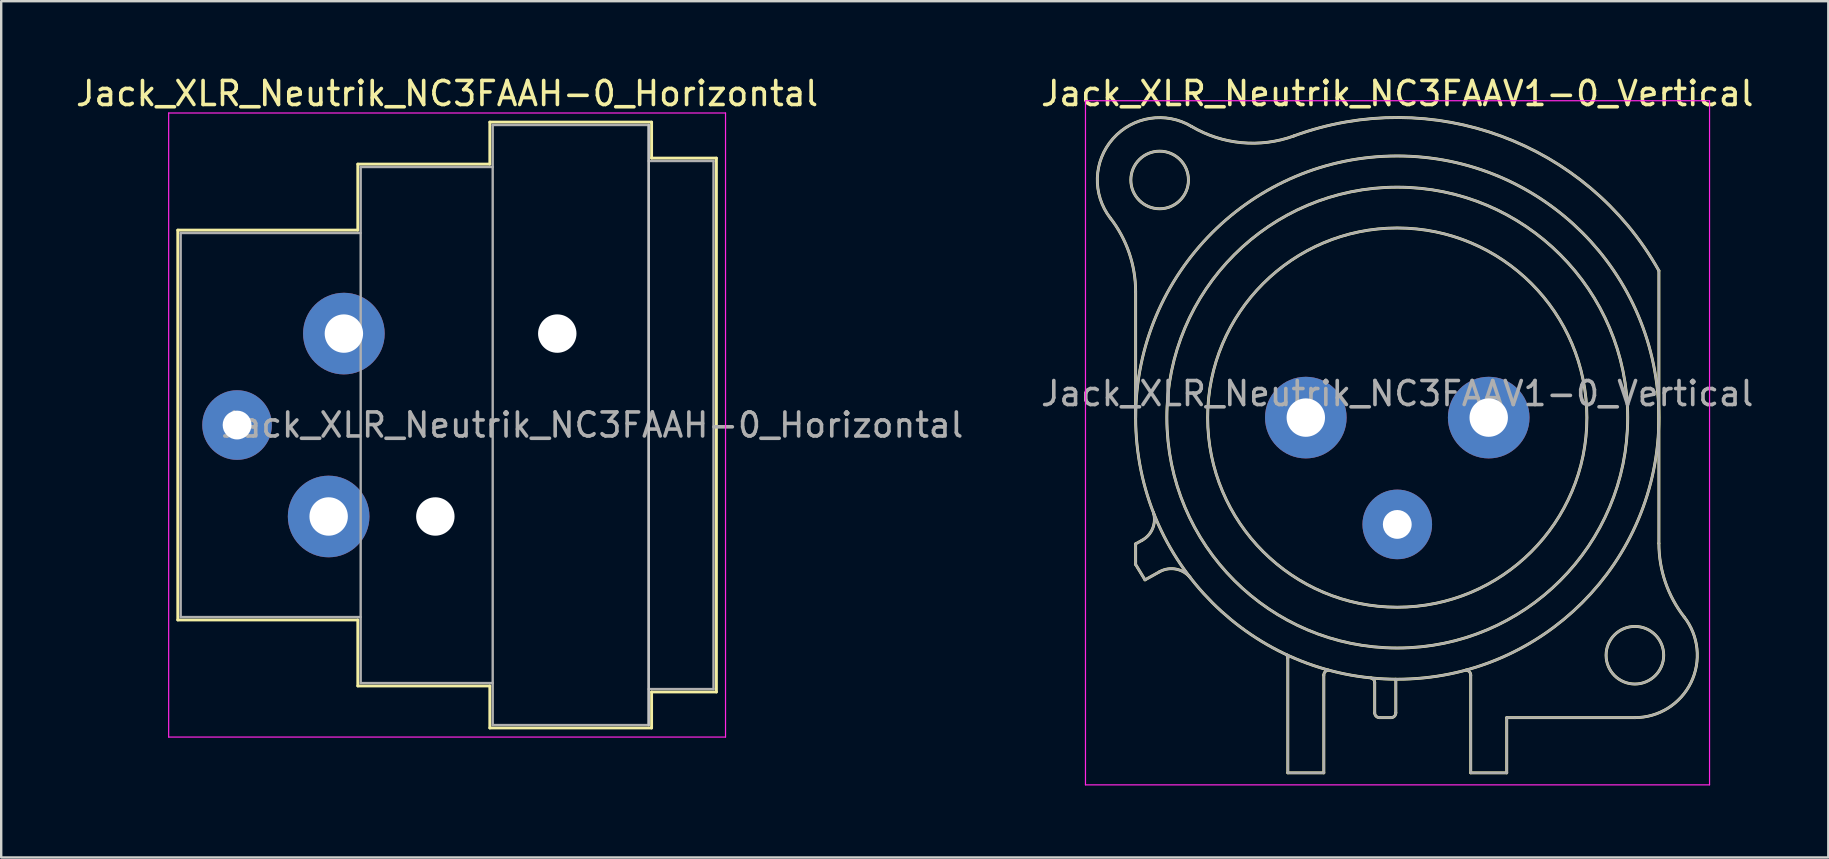
<source format=kicad_pcb>
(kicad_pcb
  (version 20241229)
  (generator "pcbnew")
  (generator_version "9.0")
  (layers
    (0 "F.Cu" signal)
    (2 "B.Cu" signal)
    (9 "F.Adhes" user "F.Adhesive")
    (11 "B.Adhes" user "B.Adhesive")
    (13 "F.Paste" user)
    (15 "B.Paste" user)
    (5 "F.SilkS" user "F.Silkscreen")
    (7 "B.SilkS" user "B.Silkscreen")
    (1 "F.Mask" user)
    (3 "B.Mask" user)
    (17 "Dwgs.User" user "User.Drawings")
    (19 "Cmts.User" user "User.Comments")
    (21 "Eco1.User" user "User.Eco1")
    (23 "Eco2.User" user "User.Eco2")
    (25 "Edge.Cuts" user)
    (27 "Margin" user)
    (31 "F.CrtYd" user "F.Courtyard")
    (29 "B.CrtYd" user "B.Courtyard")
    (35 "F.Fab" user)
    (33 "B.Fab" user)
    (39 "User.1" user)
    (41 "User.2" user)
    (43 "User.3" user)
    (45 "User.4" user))
  (footprint "Jack_XLR_Neutrik_NC3FAAV1-0_Vertical"
    (layer "F.Cu")
    (at 58.973 14.348)
    (property "Reference" "Jack_XLR_Neutrik_NC3FAAV1-0_Vertical" (at -3.81 -13.5 0) (layer "F.SilkS") (effects (font (size 1 1) (thickness 0.15))))
    (attr through_hole)
    (fp_line (start -14.71 0) (end -14.71 -5.24) (stroke (width 0.12) (type solid)) (layer "F.SilkS"))
    (fp_line (start -14.71 5.26) (end -14.44 5.11) (stroke (width 0.12) (type solid)) (layer "F.SilkS"))
    (fp_line (start -14.71 6.12) (end -14.71 5.26) (stroke (width 0.12) (type solid)) (layer "F.SilkS"))
    (fp_line (start -14.32 6.76) (end -14.71 6.12) (stroke (width 0.12) (type solid)) (layer "F.SilkS"))
    (fp_line (start -13.71 6.42) (end -14.32 6.76) (stroke (width 0.12) (type solid)) (layer "F.SilkS"))
    (fp_line (start -8.37 10.03) (end -8.37 14.8) (stroke (width 0.12) (type solid)) (layer "F.SilkS"))
    (fp_line (start -6.87 14.8) (end -8.37 14.8) (stroke (width 0.12) (type solid)) (layer "F.SilkS"))
    (fp_line (start -6.87 14.8) (end -6.87 10.73) (stroke (width 0.12) (type solid)) (layer "F.SilkS"))
    (fp_line (start -4.75 11.04) (end -4.75 12.3) (stroke (width 0.12) (type solid)) (layer "F.SilkS"))
    (fp_line (start -4.07 12.5) (end -4.55 12.5) (stroke (width 0.12) (type solid)) (layer "F.SilkS"))
    (fp_line (start -3.87 10.9) (end -3.87 12.3) (stroke (width 0.12) (type solid)) (layer "F.SilkS"))
    (fp_line (start -0.75 10.73) (end -0.75 10.73) (stroke (width 0.12) (type solid)) (layer "F.SilkS"))
    (fp_line (start -0.75 14.8) (end -0.75 10.73) (stroke (width 0.12) (type solid)) (layer "F.SilkS"))
    (fp_line (start 0.75 12.5) (end 6.09 12.5) (stroke (width 0.12) (type solid)) (layer "F.SilkS"))
    (fp_line (start 0.75 14.8) (end -0.75 14.8) (stroke (width 0.12) (type solid)) (layer "F.SilkS"))
    (fp_line (start 0.75 14.8) (end 0.75 12.5) (stroke (width 0.12) (type solid)) (layer "F.SilkS"))
    (fp_line (start 7.09 5.24) (end 7.09 -6.12) (stroke (width 0.12) (type solid)) (layer "F.SilkS"))
    (fp_arc (start -15.766689 -8.317569) (mid -14.98153 -6.866962) (end -14.71 -5.24) (stroke (width 0.12) (type solid)) (layer "F.SilkS"))
    (fp_arc (start -15.761979 -8.309032) (mid -15.65429 -11.620911) (end -12.38 -12.13) (stroke (width 0.12) (type solid)) (layer "F.SilkS"))
    (fp_arc (start -13.969214 3.951372) (mid -13.999461 4.614043) (end -14.44 5.11) (stroke (width 0.12) (type solid)) (layer "F.SilkS"))
    (fp_arc (start -13.71 6.42) (mid -13.01025 6.315915) (end -12.412202 6.693832) (stroke (width 0.12) (type solid)) (layer "F.SilkS"))
    (fp_arc (start -8.436364 9.870864) (mid -8.385177 9.942924) (end -8.37 10.03) (stroke (width 0.12) (type solid)) (layer "F.SilkS"))
    (fp_arc (start -8.12905 -11.730738) (mid 0.51404 -11.7289) (end 7.09 -6.12) (stroke (width 0.12) (type solid)) (layer "F.SilkS"))
    (fp_arc (start -8.118081 -11.733841) (mid -10.293498 -11.453642) (end -12.38 -12.13) (stroke (width 0.12) (type solid)) (layer "F.SilkS"))
    (fp_arc (start -6.87 10.73) (mid -6.814828 10.588126) (end -6.678303 10.520799) (stroke (width 0.12) (type solid)) (layer "F.SilkS"))
    (fp_arc (start -4.908418 10.84437) (mid -4.794571 10.914136) (end -4.75 11.04) (stroke (width 0.12) (type solid)) (layer "F.SilkS"))
    (fp_arc (start -4.55 12.5) (mid -4.691421 12.441421) (end -4.75 12.3) (stroke (width 0.12) (type solid)) (layer "F.SilkS"))
    (fp_arc (start -3.87 12.3) (mid -3.928579 12.441421) (end -4.07 12.5) (stroke (width 0.12) (type solid)) (layer "F.SilkS"))
    (fp_arc (start -0.949009 10.520288) (mid -0.807671 10.585446) (end -0.75 10.73) (stroke (width 0.12) (type solid)) (layer "F.SilkS"))
    (fp_arc (start 8.141619 8.302858) (mid 8.42587 11.041804) (end 6.09 12.5) (stroke (width 0.12) (type solid)) (layer "F.SilkS"))
    (fp_arc (start 8.14247 8.305283) (mid 7.360446 6.860467) (end 7.09 5.24) (stroke (width 0.12) (type solid)) (layer "F.SilkS"))
    (fp_circle (center -13.71 -9.9) (end -12.51 -9.9) (stroke (width 0.12) (type solid)) (fill no) (layer "F.SilkS"))
    (fp_circle (center -3.81 0) (end 4.09 0) (stroke (width 0.12) (type solid)) (fill no) (layer "F.SilkS"))
    (fp_circle (center -3.81 0) (end 5.79 0) (stroke (width 0.12) (type solid)) (fill no) (layer "F.SilkS"))
    (fp_circle (center -3.81 0) (end 7.09 0) (stroke (width 0.12) (type solid)) (fill no) (layer "F.SilkS"))
    (fp_circle (center 6.09 9.9) (end 7.29 9.9) (stroke (width 0.12) (type solid)) (fill no) (layer "F.SilkS"))
    (fp_line (start -16.8 -13.2) (end 9.2 -13.2) (stroke (width 0.05) (type solid)) (layer "F.CrtYd"))
    (fp_line (start -16.8 15.3) (end -16.8 -13.2) (stroke (width 0.05) (type solid)) (layer "F.CrtYd"))
    (fp_line (start 9.2 -13.2) (end 9.2 15.3) (stroke (width 0.05) (type solid)) (layer "F.CrtYd"))
    (fp_line (start 9.2 15.3) (end -16.8 15.3) (stroke (width 0.05) (type solid)) (layer "F.CrtYd"))
    (fp_line (start -14.71 0) (end -14.71 -5.24) (stroke (width 0.1) (type solid)) (layer "F.Fab"))
    (fp_line (start -14.71 5.26) (end -14.44 5.11) (stroke (width 0.1) (type solid)) (layer "F.Fab"))
    (fp_line (start -14.71 6.12) (end -14.71 5.26) (stroke (width 0.1) (type solid)) (layer "F.Fab"))
    (fp_line (start -14.32 6.76) (end -14.71 6.12) (stroke (width 0.1) (type solid)) (layer "F.Fab"))
    (fp_line (start -13.71 6.42) (end -14.32 6.76) (stroke (width 0.1) (type solid)) (layer "F.Fab"))
    (fp_line (start -8.37 10.03) (end -8.37 14.8) (stroke (width 0.1) (type solid)) (layer "F.Fab"))
    (fp_line (start -6.87 14.8) (end -8.37 14.8) (stroke (width 0.1) (type solid)) (layer "F.Fab"))
    (fp_line (start -6.87 14.8) (end -6.87 10.73) (stroke (width 0.1) (type solid)) (layer "F.Fab"))
    (fp_line (start -4.75 11.04) (end -4.75 12.3) (stroke (width 0.1) (type solid)) (layer "F.Fab"))
    (fp_line (start -4.07 12.5) (end -4.55 12.5) (stroke (width 0.1) (type solid)) (layer "F.Fab"))
    (fp_line (start -3.87 10.9) (end -3.87 12.3) (stroke (width 0.1) (type solid)) (layer "F.Fab"))
    (fp_line (start -0.75 10.73) (end -0.75 10.73) (stroke (width 0.1) (type solid)) (layer "F.Fab"))
    (fp_line (start -0.75 14.8) (end -0.75 10.73) (stroke (width 0.1) (type solid)) (layer "F.Fab"))
    (fp_line (start 0.75 12.5) (end 6.09 12.5) (stroke (width 0.1) (type solid)) (layer "F.Fab"))
    (fp_line (start 0.75 14.8) (end -0.75 14.8) (stroke (width 0.1) (type solid)) (layer "F.Fab"))
    (fp_line (start 0.75 14.8) (end 0.75 12.5) (stroke (width 0.1) (type solid)) (layer "F.Fab"))
    (fp_line (start 7.09 5.24) (end 7.09 -6.12) (stroke (width 0.1) (type solid)) (layer "F.Fab"))
    (fp_arc (start -15.766689 -8.317569) (mid -14.98153 -6.866962) (end -14.71 -5.24) (stroke (width 0.1) (type solid)) (layer "F.Fab"))
    (fp_arc (start -15.761979 -8.309032) (mid -15.65429 -11.620911) (end -12.38 -12.13) (stroke (width 0.1) (type solid)) (layer "F.Fab"))
    (fp_arc (start -13.969214 3.951372) (mid -13.999461 4.614043) (end -14.44 5.11) (stroke (width 0.1) (type solid)) (layer "F.Fab"))
    (fp_arc (start -13.71 6.42) (mid -13.01025 6.315915) (end -12.412202 6.693832) (stroke (width 0.1) (type solid)) (layer "F.Fab"))
    (fp_arc (start -8.436364 9.870864) (mid -8.385177 9.942924) (end -8.37 10.03) (stroke (width 0.1) (type solid)) (layer "F.Fab"))
    (fp_arc (start -8.12905 -11.730738) (mid 0.51404 -11.7289) (end 7.09 -6.12) (stroke (width 0.1) (type solid)) (layer "F.Fab"))
    (fp_arc (start -8.118081 -11.733841) (mid -10.293498 -11.453642) (end -12.38 -12.13) (stroke (width 0.1) (type solid)) (layer "F.Fab"))
    (fp_arc (start -6.87 10.73) (mid -6.814828 10.588126) (end -6.678303 10.520799) (stroke (width 0.1) (type solid)) (layer "F.Fab"))
    (fp_arc (start -4.908418 10.84437) (mid -4.794571 10.914136) (end -4.75 11.04) (stroke (width 0.1) (type solid)) (layer "F.Fab"))
    (fp_arc (start -4.55 12.5) (mid -4.691421 12.441421) (end -4.75 12.3) (stroke (width 0.1) (type solid)) (layer "F.Fab"))
    (fp_arc (start -3.87 12.3) (mid -3.928579 12.441421) (end -4.07 12.5) (stroke (width 0.1) (type solid)) (layer "F.Fab"))
    (fp_arc (start -0.949009 10.520288) (mid -0.807671 10.585446) (end -0.75 10.73) (stroke (width 0.1) (type solid)) (layer "F.Fab"))
    (fp_arc (start 8.141619 8.302858) (mid 8.42587 11.041804) (end 6.09 12.5) (stroke (width 0.1) (type solid)) (layer "F.Fab"))
    (fp_arc (start 8.14247 8.305283) (mid 7.360446 6.860467) (end 7.09 5.24) (stroke (width 0.1) (type solid)) (layer "F.Fab"))
    (fp_circle (center -13.71 -9.9) (end -12.51 -9.9) (stroke (width 0.1) (type solid)) (fill no) (layer "F.Fab"))
    (fp_circle (center -3.81 0) (end 4.09 0) (stroke (width 0.1) (type solid)) (fill no) (layer "F.Fab"))
    (fp_circle (center -3.81 0) (end 5.79 0) (stroke (width 0.1) (type solid)) (fill no) (layer "F.Fab"))
    (fp_circle (center -3.81 0) (end 7.09 0) (stroke (width 0.1) (type solid)) (fill no) (layer "F.Fab"))
    (fp_circle (center 6.09 9.9) (end 7.29 9.9) (stroke (width 0.1) (type solid)) (fill no) (layer "F.Fab"))
    (fp_text user "${REFERENCE}" (at -3.81 -1 0) (layer "F.Fab") (effects (font (size 1 1) (thickness 0.15))))
    (pad "1" thru_hole circle (at 0 0) (size 3.4 3.4) (drill 1.6) (layers "*.Cu" "*.Mask"))
    (pad "2" thru_hole circle (at -7.62 0) (size 3.4 3.4) (drill 1.6) (layers "*.Cu" "*.Mask"))
    (pad "3" thru_hole circle (at -3.81 4.45) (size 2.9 2.9) (drill 1.2) (layers "*.Cu" "*.Mask")))
  (footprint "Jack_XLR_Neutrik_NC3FAAH-0_Horizontal"
    (layer "F.Cu")
    (at 11.277 10.848)
    (property "Reference" "Jack_XLR_Neutrik_NC3FAAH-0_Horizontal" (at 4.3 -10 0) (layer "F.SilkS") (effects (font (size 1 1) (thickness 0.15))))
    (attr through_hole)
    (fp_line (start -6.92 -4.31) (end -6.92 11.93) (stroke (width 0.12) (type solid)) (layer "F.SilkS"))
    (fp_line (start 0.58 -7.06) (end 0.58 -4.31) (stroke (width 0.12) (type solid)) (layer "F.SilkS"))
    (fp_line (start 0.58 -4.31) (end -6.92 -4.31) (stroke (width 0.12) (type solid)) (layer "F.SilkS"))
    (fp_line (start 0.58 11.93) (end -6.92 11.93) (stroke (width 0.12) (type solid)) (layer "F.SilkS"))
    (fp_line (start 0.58 11.93) (end 0.58 14.68) (stroke (width 0.12) (type solid)) (layer "F.SilkS"))
    (fp_line (start 6.08 -7.06) (end 0.58 -7.06) (stroke (width 0.12) (type solid)) (layer "F.SilkS"))
    (fp_line (start 6.08 -7.06) (end 6.08 -8.81) (stroke (width 0.12) (type solid)) (layer "F.SilkS"))
    (fp_line (start 6.08 14.68) (end 0.58 14.68) (stroke (width 0.12) (type solid)) (layer "F.SilkS"))
    (fp_line (start 6.08 16.43) (end 6.08 14.68) (stroke (width 0.12) (type solid)) (layer "F.SilkS"))
    (fp_line (start 12.82 -8.81) (end 6.08 -8.81) (stroke (width 0.12) (type solid)) (layer "F.SilkS"))
    (fp_line (start 12.82 -8.81) (end 12.82 -7.31) (stroke (width 0.12) (type solid)) (layer "F.SilkS"))
    (fp_line (start 12.82 -7.31) (end 15.52 -7.31) (stroke (width 0.12) (type solid)) (layer "F.SilkS"))
    (fp_line (start 12.82 14.93) (end 12.82 16.43) (stroke (width 0.12) (type solid)) (layer "F.SilkS"))
    (fp_line (start 12.82 14.93) (end 15.52 14.93) (stroke (width 0.12) (type solid)) (layer "F.SilkS"))
    (fp_line (start 12.82 16.43) (end 6.08 16.43) (stroke (width 0.12) (type solid)) (layer "F.SilkS"))
    (fp_line (start 15.52 -7.31) (end 15.52 14.93) (stroke (width 0.12) (type solid)) (layer "F.SilkS"))
    (fp_line (start 12.7 -8.69) (end 12.7 16.31) (stroke (width 0.1) (type solid)) (layer "Dwgs.User"))
    (fp_line (start -7.3 -9.19) (end -7.3 16.81) (stroke (width 0.05) (type solid)) (layer "F.CrtYd"))
    (fp_line (start 15.9 -9.19) (end -7.3 -9.19) (stroke (width 0.05) (type solid)) (layer "F.CrtYd"))
    (fp_line (start 15.9 -9.19) (end 15.9 16.81) (stroke (width 0.05) (type solid)) (layer "F.CrtYd"))
    (fp_line (start 15.9 16.81) (end -7.3 16.81) (stroke (width 0.05) (type solid)) (layer "F.CrtYd"))
    (fp_line (start -6.8 -4.19) (end -6.8 11.81) (stroke (width 0.1) (type solid)) (layer "F.Fab"))
    (fp_line (start -6.8 11.81) (end 0.7 11.81) (stroke (width 0.1) (type solid)) (layer "F.Fab"))
    (fp_line (start 0.7 -6.94) (end 0.7 14.56) (stroke (width 0.1) (type solid)) (layer "F.Fab"))
    (fp_line (start 0.7 -4.19) (end -6.8 -4.19) (stroke (width 0.1) (type solid)) (layer "F.Fab"))
    (fp_line (start 0.7 14.56) (end 6.2 14.56) (stroke (width 0.1) (type solid)) (layer "F.Fab"))
    (fp_line (start 6.2 -8.69) (end 12.7 -8.69) (stroke (width 0.1) (type solid)) (layer "F.Fab"))
    (fp_line (start 6.2 -6.94) (end 0.7 -6.94) (stroke (width 0.1) (type solid)) (layer "F.Fab"))
    (fp_line (start 6.2 16.31) (end 6.2 -8.69) (stroke (width 0.1) (type solid)) (layer "F.Fab"))
    (fp_line (start 12.7 -8.69) (end 12.7 16.31) (stroke (width 0.1) (type solid)) (layer "F.Fab"))
    (fp_line (start 12.7 -7.19) (end 15.4 -7.19) (stroke (width 0.1) (type solid)) (layer "F.Fab"))
    (fp_line (start 12.7 16.31) (end 6.2 16.31) (stroke (width 0.1) (type solid)) (layer "F.Fab"))
    (fp_line (start 15.4 -7.19) (end 15.4 14.81) (stroke (width 0.1) (type solid)) (layer "F.Fab"))
    (fp_line (start 15.4 14.81) (end 12.7 14.81) (stroke (width 0.1) (type solid)) (layer "F.Fab"))
    (fp_text user "${REFERENCE}" (at 10.35 3.81 0) (layer "F.Fab") (effects (font (size 1 1) (thickness 0.15))))
    (pad "" np_thru_hole circle (at 3.81 7.62) (size 1.6 1.6) (drill 1.6) (layers "*.Cu" "*.Mask"))
    (pad "" np_thru_hole circle (at 8.89 0) (size 1.6 1.6) (drill 1.6) (layers "*.Cu" "*.Mask"))
    (pad "1" thru_hole circle (at 0 0) (size 3.4 3.4) (drill 1.6) (layers "*.Cu" "*.Mask"))
    (pad "2" thru_hole circle (at -0.635 7.62) (size 3.4 3.4) (drill 1.6) (layers "*.Cu" "*.Mask"))
    (pad "3" thru_hole circle (at -4.45 3.81) (size 2.9 2.9) (drill 1.2) (layers "*.Cu" "*.Mask")))
  (gr_rect
    (start -3 -3)
    (end 73.121 32.673)
    (stroke (width 0.1) (type default))
    (fill no)
    (layer "Edge.Cuts")))
</source>
